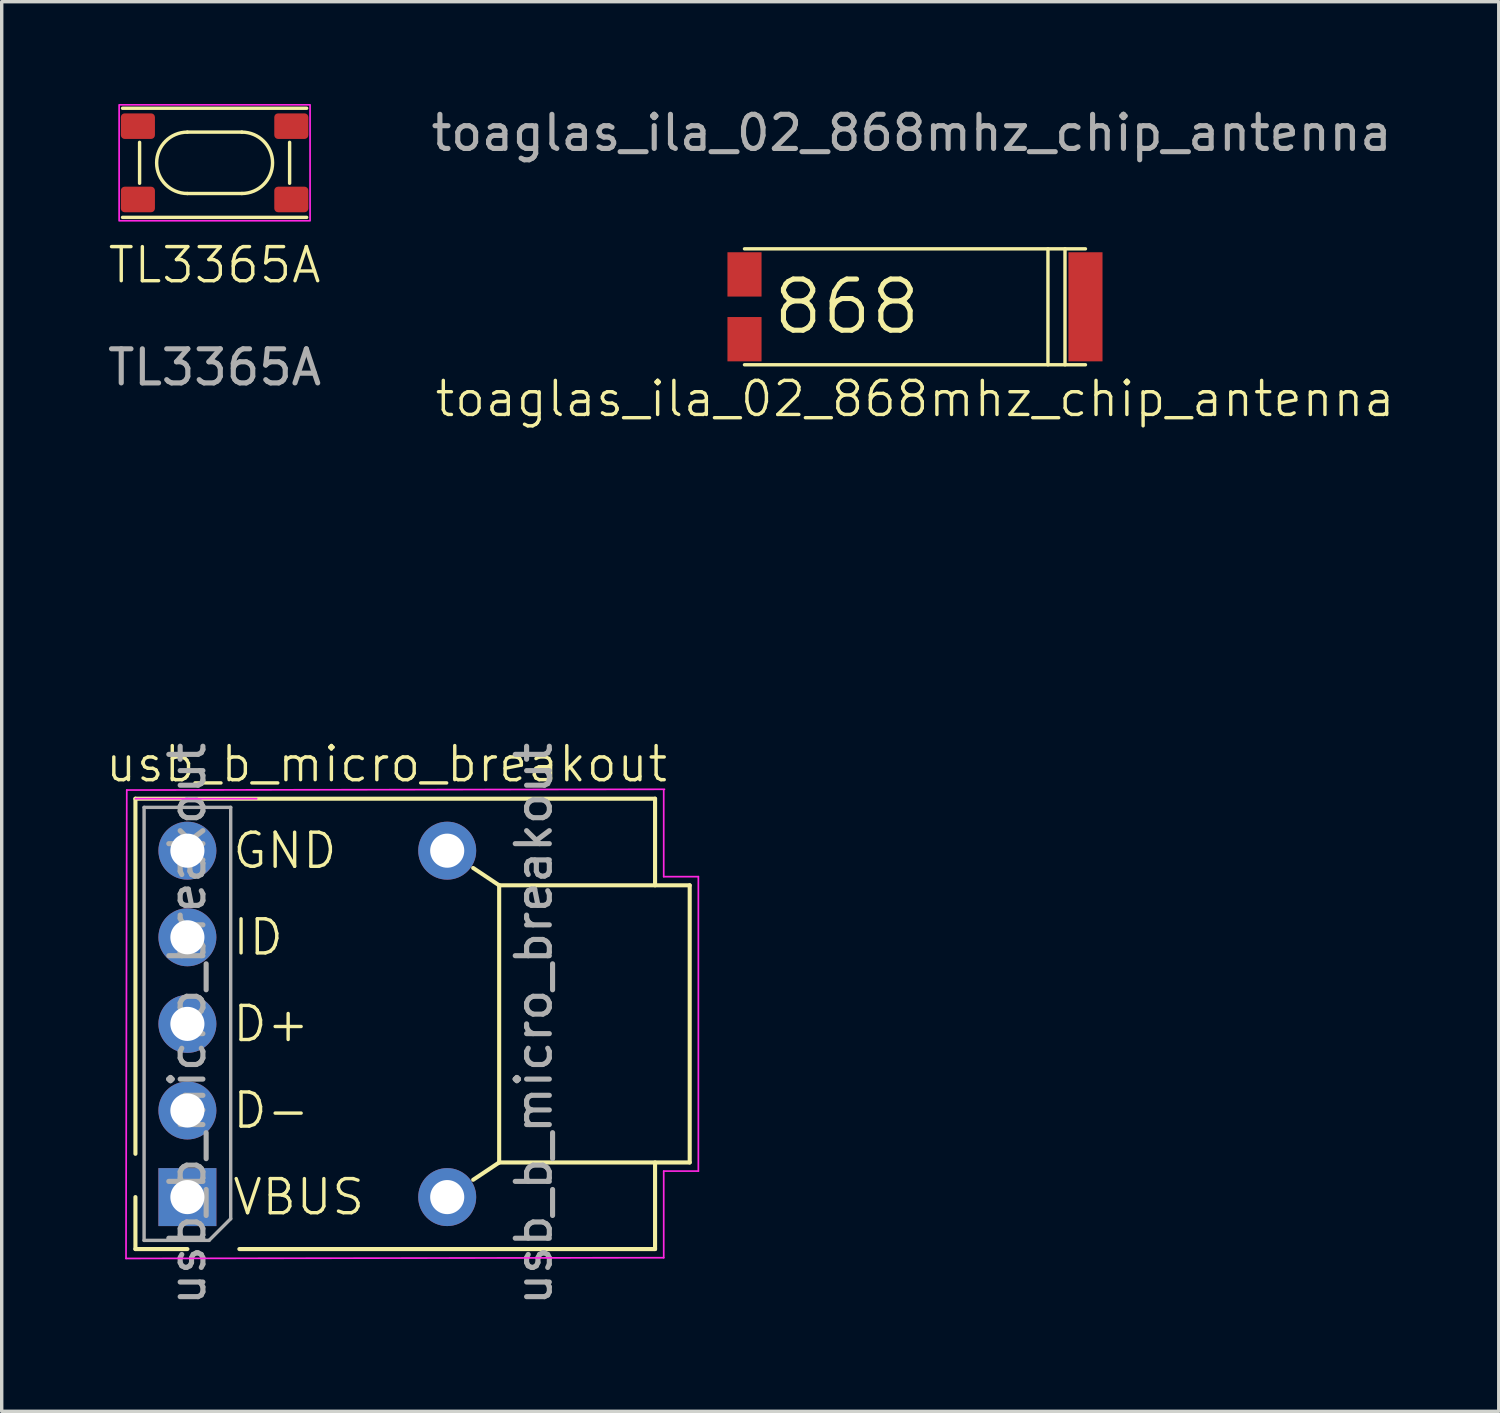
<source format=kicad_pcb>
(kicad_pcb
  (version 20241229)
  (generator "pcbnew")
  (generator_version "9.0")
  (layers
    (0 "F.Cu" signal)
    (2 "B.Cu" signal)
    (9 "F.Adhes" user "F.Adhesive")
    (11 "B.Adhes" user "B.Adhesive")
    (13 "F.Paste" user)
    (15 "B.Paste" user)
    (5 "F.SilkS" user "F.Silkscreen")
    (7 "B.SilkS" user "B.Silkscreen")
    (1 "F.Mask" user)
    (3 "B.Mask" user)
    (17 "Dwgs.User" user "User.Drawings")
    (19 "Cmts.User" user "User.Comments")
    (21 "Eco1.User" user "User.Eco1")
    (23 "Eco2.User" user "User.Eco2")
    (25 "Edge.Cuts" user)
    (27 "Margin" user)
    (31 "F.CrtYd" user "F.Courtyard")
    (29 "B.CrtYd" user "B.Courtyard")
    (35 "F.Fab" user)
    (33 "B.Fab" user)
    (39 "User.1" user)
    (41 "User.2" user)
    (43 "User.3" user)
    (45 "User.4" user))
  (footprint "usb_b_micro_breakout"
    (layer "F.Cu")
    (at 2.446 26.979)
    (property "Reference" "usb_b_micro_breakout" (at 5.842 -7.62 0) (unlocked yes) (layer "F.SilkS") (effects (font (size 1 1) (thickness 0.1))))
    (attr through_hole)
    (fp_line (start -1.524 3.81) (end -1.524 -6.604) (stroke (width 0.12) (type solid)) (layer "F.SilkS"))
    (fp_line (start -1.524 5.08) (end -1.524 6.604) (stroke (width 0.12) (type solid)) (layer "F.SilkS"))
    (fp_line (start -1.524 6.604) (end 0 6.604) (stroke (width 0.12) (type solid)) (layer "F.SilkS"))
    (fp_line (start 8.382 -4.572) (end 9.144 -4.064) (stroke (width 0.12) (type solid)) (layer "F.SilkS"))
    (fp_line (start 9.144 -4.064) (end 14.732 -4.064) (stroke (width 0.12) (type solid)) (layer "F.SilkS"))
    (fp_line (start 9.144 4.064) (end 8.382 4.572) (stroke (width 0.12) (type solid)) (layer "F.SilkS"))
    (fp_line (start 9.144 4.064) (end 9.144 -4.064) (stroke (width 0.12) (type solid)) (layer "F.SilkS"))
    (fp_line (start 9.144 4.064) (end 14.732 4.064) (stroke (width 0.12) (type solid)) (layer "F.SilkS"))
    (fp_line (start 13.716 -6.604) (end -1.524 -6.604) (stroke (width 0.12) (type solid)) (layer "F.SilkS"))
    (fp_line (start 13.716 -4.064) (end 13.716 -6.604) (stroke (width 0.12) (type solid)) (layer "F.SilkS"))
    (fp_line (start 13.716 6.604) (end 1.524 6.604) (stroke (width 0.12) (type solid)) (layer "F.SilkS"))
    (fp_line (start 13.716 6.604) (end 13.716 4.064) (stroke (width 0.12) (type solid)) (layer "F.SilkS"))
    (fp_line (start 14.732 4.064) (end 14.732 -4.064) (stroke (width 0.12) (type solid)) (layer "F.SilkS"))
    (fp_line (start -1.8 6.88) (end 13.97 6.858) (stroke (width 0.05) (type solid)) (layer "F.CrtYd"))
    (fp_line (start -1.778 -6.858) (end -1.8 6.88) (stroke (width 0.05) (type solid)) (layer "F.CrtYd"))
    (fp_line (start -1.778 -6.858) (end 13.992 -6.88) (stroke (width 0.05) (type solid)) (layer "F.CrtYd"))
    (fp_line (start 2.032 -6.604) (end -1.524 -6.604) (stroke (width 0.05) (type solid)) (layer "F.CrtYd"))
    (fp_line (start 13.97 -4.318) (end 13.97 -6.858) (stroke (width 0.05) (type solid)) (layer "F.CrtYd"))
    (fp_line (start 13.97 6.858) (end 13.97 4.318) (stroke (width 0.05) (type solid)) (layer "F.CrtYd"))
    (fp_line (start 14.986 -4.318) (end 13.97 -4.318) (stroke (width 0.05) (type solid)) (layer "F.CrtYd"))
    (fp_line (start 14.986 4.318) (end 13.97 4.318) (stroke (width 0.05) (type solid)) (layer "F.CrtYd"))
    (fp_line (start 14.986 4.318) (end 14.986 -4.318) (stroke (width 0.05) (type solid)) (layer "F.CrtYd"))
    (fp_line (start -1.27 -6.35) (end 1.27 -6.35) (stroke (width 0.1) (type solid)) (layer "F.Fab"))
    (fp_line (start -1.27 6.35) (end -1.27 -6.35) (stroke (width 0.1) (type solid)) (layer "F.Fab"))
    (fp_line (start 0.635 6.35) (end -1.27 6.35) (stroke (width 0.1) (type solid)) (layer "F.Fab"))
    (fp_line (start 1.27 -6.35) (end 1.27 5.715) (stroke (width 0.1) (type solid)) (layer "F.Fab"))
    (fp_line (start 1.27 5.715) (end 0.635 6.35) (stroke (width 0.1) (type solid)) (layer "F.Fab"))
    (fp_text user "D+" (at 1.27 0 0) (unlocked yes) (layer "F.SilkS") (effects (font (size 1 1) (thickness 0.1)) (justify left)))
    (fp_text user "VBUS" (at 1.27 5.08 0) (unlocked yes) (layer "F.SilkS") (effects (font (size 1 1) (thickness 0.1)) (justify left)))
    (fp_text user "GND" (at 1.27 -5.08 0) (unlocked yes) (layer "F.SilkS") (effects (font (size 1 1) (thickness 0.1)) (justify left)))
    (fp_text user "ID" (at 1.27 -2.54 0) (unlocked yes) (layer "F.SilkS") (effects (font (size 1 1) (thickness 0.1)) (justify left)))
    (fp_text user "D-" (at 1.27 2.54 0) (unlocked yes) (layer "F.SilkS") (effects (font (size 1 1) (thickness 0.1)) (justify left)))
    (fp_text user "${REFERENCE}" (at 0 0 270) (layer "F.Fab") (effects (font (size 1 1) (thickness 0.15))))
    (fp_text user "${REFERENCE}" (at 10.16 0 90) (unlocked yes) (layer "F.Fab") (effects (font (size 1 1) (thickness 0.15))))
    (pad "1" thru_hole rect (at 0 5.08 180) (size 1.7 1.7) (drill 1) (layers "*.Cu" "*.Mask"))
    (pad "2" thru_hole oval (at 0 2.54 180) (size 1.7 1.7) (drill 1) (layers "*.Cu" "*.Mask"))
    (pad "3" thru_hole oval (at 0 0 180) (size 1.7 1.7) (drill 1) (layers "*.Cu" "*.Mask"))
    (pad "4" thru_hole oval (at 0 -2.54 180) (size 1.7 1.7) (drill 1) (layers "*.Cu" "*.Mask"))
    (pad "5" thru_hole oval (at 0 -5.08 180) (size 1.7 1.7) (drill 1) (layers "*.Cu" "*.Mask"))
    (pad "6" thru_hole oval (at 7.62 -5.08 180) (size 1.7 1.7) (drill 1) (layers "*.Cu" "*.Mask"))
    (pad "6" thru_hole oval (at 7.62 5.08 180) (size 1.7 1.7) (drill 1) (layers "*.Cu" "*.Mask")))
  (footprint "TL3365A"
    (layer "F.Cu")
    (at 3.244 1.725)
    (property "Reference" "TL3365A" (at 0 3 0) (unlocked yes) (layer "F.SilkS") (effects (font (size 1 1) (thickness 0.1))))
    (attr smd)
    (fp_line (start -2.7 -1.6) (end 2.7 -1.6) (stroke (width 0.1) (type default)) (layer "F.SilkS"))
    (fp_line (start -2.7 1.6) (end 2.7 1.6) (stroke (width 0.1) (type default)) (layer "F.SilkS"))
    (fp_line (start -2.2 -0.6) (end -2.2 0.6) (stroke (width 0.1) (type default)) (layer "F.SilkS"))
    (fp_line (start -0.8 -0.9) (end 0.8 -0.9) (stroke (width 0.1) (type default)) (layer "F.SilkS"))
    (fp_line (start -0.8 0.9) (end 0.8 0.9) (stroke (width 0.1) (type default)) (layer "F.SilkS"))
    (fp_line (start 2.2 -0.6) (end 2.2 0.6) (stroke (width 0.1) (type default)) (layer "F.SilkS"))
    (fp_arc (start -0.8 0.9) (mid -1.7 0) (end -0.8 -0.9) (stroke (width 0.1) (type default)) (layer "F.SilkS"))
    (fp_arc (start 0.8 -0.9) (mid 1.7 0) (end 0.8 0.9) (stroke (width 0.1) (type default)) (layer "F.SilkS"))
    (fp_rect (start -2.8 -1.7) (end 2.8 1.7) (stroke (width 0.05) (type default)) (fill no) (layer "F.CrtYd"))
    (fp_text user "${REFERENCE}" (at 0 6 0) (unlocked yes) (layer "F.Fab") (effects (font (size 1 1) (thickness 0.15))))
    (pad "1" smd roundrect (at -2.25 1.075) (size 1 0.75) (layers "F.Cu" "F.Mask" "F.Paste") (roundrect_rratio 0.15))
    (pad "2" smd roundrect (at 2.25 1.075) (size 1 0.75) (layers "F.Cu" "F.Mask" "F.Paste") (roundrect_rratio 0.15))
    (pad "3" smd roundrect (at -2.25 -1.075) (size 1 0.75) (layers "F.Cu" "F.Mask" "F.Paste") (roundrect_rratio 0.15))
    (pad "4" smd roundrect (at 2.25 -1.075) (size 1 0.75) (layers "F.Cu" "F.Mask" "F.Paste") (roundrect_rratio 0.15)))
  (footprint "toaglas_ila_02_868mhz_chip_antenna"
    (layer "F.Cu")
    (at 23.785 5.948)
    (property "Reference" "toaglas_ila_02_868mhz_chip_antenna" (at 0 2.7 0) (unlocked yes) (layer "F.SilkS") (effects (font (size 1 1) (thickness 0.1))))
    (attr smd)
    (fp_line (start -5 -1.7) (end 5 -1.7) (stroke (width 0.1) (type default)) (layer "F.SilkS"))
    (fp_line (start -5 1.7) (end 5 1.7) (stroke (width 0.1) (type default)) (layer "F.SilkS"))
    (fp_line (start 3.9 1.7) (end 3.9 -1.7) (stroke (width 0.1) (type default)) (layer "F.SilkS"))
    (fp_line (start 4.4 -1.7) (end 4.4 1.7) (stroke (width 0.1) (type default)) (layer "F.SilkS"))
    (fp_line (start -5.5 -1.9) (end 8.5 -1.9) (stroke (width 0.05) (type default)) (layer "User.1"))
    (fp_line (start -5.5 -1.6) (end -6 -1.6) (stroke (width 0.03) (type default)) (layer "User.1"))
    (fp_line (start 2.9 -2.5) (end 3.3 -2.1) (stroke (width 0.1) (type default)) (layer "User.1"))
    (fp_line (start 3.3 -2.1) (end 3 -2.1) (stroke (width 0.1) (type default)) (layer "User.1"))
    (fp_line (start 3.3 -2.1) (end 3.3 -2.4) (stroke (width 0.1) (type default)) (layer "User.1"))
    (fp_poly (pts (xy 7.3 -1.9) (xy 7.3 8.4) (xy -5.5 8.4) (xy -5.5 2) (xy -6.7 2) (xy -6.7 9.6) (xy 8.5 9.6) (xy 8.5 -1.9)) (stroke (width 0.1) (type dash_dot_dot)) (fill no) (layer "User.1"))
    (fp_line (start -5.7 -1.6) (end -5.8 -1.5) (stroke (width 0.03) (type default)) (layer "User.2"))
    (fp_line (start -5.7 -1.6) (end -5.7 -0.6) (stroke (width 0.03) (type default)) (layer "User.2"))
    (fp_line (start -5.6 -1.5) (end -5.7 -1.6) (stroke (width 0.03) (type default)) (layer "User.2"))
    (fp_line (start -4.7 5.7) (end -4.2 5.3) (stroke (width 0.1) (type default)) (layer "User.2"))
    (fp_line (start -4.7 5.7) (end -4.2 6.1) (stroke (width 0.1) (type default)) (layer "User.2"))
    (fp_line (start -4.7 5.7) (end -3.9 5.7) (stroke (width 0.1) (type default)) (layer "User.2"))
    (fp_line (start -4.7 7.3) (end -4.7 7.8) (stroke (width 0.1) (type default)) (layer "User.2"))
    (fp_line (start -4.7 7.8) (end -4.7 7.3) (stroke (width 0.1) (type default)) (layer "User.2"))
    (fp_line (start -4.5 -1.6) (end -4.5 1.6) (stroke (width 0.1) (type default)) (layer "User.2"))
    (fp_line (start -4.2 7.8) (end -4.7 7.8) (stroke (width 0.1) (type default)) (layer "User.2"))
    (fp_line (start -3.3 6.7) (end -4.7 7.8) (stroke (width 0.1) (type default)) (layer "User.2"))
    (fp_line (start 0.8 6.9) (end 0.8 7.8) (stroke (width 0.1) (type default)) (layer "User.2"))
    (fp_line (start 0.8 7.8) (end 0.5 7.5) (stroke (width 0.1) (type default)) (layer "User.2"))
    (fp_line (start 0.8 7.8) (end 1.1 7.5) (stroke (width 0.1) (type default)) (layer "User.2"))
    (fp_line (start 4 6.7) (end 5 7.75) (stroke (width 0.1) (type default)) (layer "User.2"))
    (fp_line (start 4.5 -1.6) (end 4.5 1.6) (stroke (width 0.1) (type default)) (layer "User.2"))
    (fp_line (start 5 7.75) (end 4.5 7.75) (stroke (width 0.1) (type default)) (layer "User.2"))
    (fp_line (start 5 7.75) (end 5 7.25) (stroke (width 0.1) (type default)) (layer "User.2"))
    (fp_line (start 6.2 1.7) (end 6.6 0.6) (stroke (width 0.1) (type default)) (layer "User.2"))
    (fp_line (start 6.55 -0.25) (end 5 -0.25) (stroke (width 0.1) (type dot)) (layer "User.2"))
    (fp_line (start 6.55 0.25) (end 5 0.25) (stroke (width 0.1) (type dot)) (layer "User.2"))
    (fp_line (start 6.6 0.6) (end 6.3 0.8) (stroke (width 0.1) (type default)) (layer "User.2"))
    (fp_line (start 6.6 0.6) (end 6.7 1) (stroke (width 0.1) (type default)) (layer "User.2"))
    (fp_rect (start -5 -1.6) (end 5 1.6) (stroke (width 0.1) (type default)) (fill no) (layer "User.2"))
    (fp_rect (start 6.55 -0.25) (end 7.55 0.25) (stroke (width 0.1) (type default)) (fill no) (layer "User.2"))
    (fp_text user "868" (at -2 0 0) (unlocked yes) (layer "F.SilkS") (effects (font (size 1.5 1.5) (thickness 0.15))))
    (fp_text user "${REFERENCE}" (at -0.1 -5.1 0) (unlocked yes) (layer "F.Fab") (effects (font (size 1 1) (thickness 0.15))))
    (fp_text user "PCB Edge" (at 0.5 -2.6 0) (unlocked yes) (layer "User.1") (effects (font (size 0.6 0.6) (thickness 0.15))))
    (fp_text user "VIA FENCE" (at 0.8 6.3 0) (unlocked yes) (layer "User.2") (effects (font (size 0.6 0.6) (thickness 0.1))))
    (fp_text user "KEEPOUT" (at 0.8 4.15 0) (unlocked yes) (layer "User.2") (effects (font (size 0.6 0.6) (thickness 0.1))))
    (fp_text user "GND EDGE" (at -5.8 -0.6 90) (unlocked yes) (layer "User.2") (effects (font (size 0.1 0.1) (thickness 0.025)) (justify left bottom)))
    (fp_text user "POOR GND AROUND" (at 0.9 5.4 0) (unlocked yes) (layer "User.2") (effects (font (size 0.6 0.6) (thickness 0.1))))
    (fp_text user "OPT. TUNING" (at 6.3 4.7 90) (unlocked yes) (layer "User.2") (effects (font (size 0.6 0.6) (thickness 0.1))))
    (pad "1" smd rect (at -5 0.95) (size 1 1.3) (layers "F.Cu" "F.Mask" "F.Paste"))
    (pad "2" smd rect (at -5 -0.95) (size 1 1.3) (layers "F.Cu" "F.Mask" "F.Paste"))
    (pad "3" smd rect (at 5 0) (size 1 3.2) (layers "F.Cu" "F.Mask" "F.Paste"))
    (zone (net_name "") (layers "F.Cu" "B.Cu" "User.4") (name "Antenna Keepout") (hatch edge 0.5) (connect_pads) (min_thickness 0.25) (filled_areas_thickness no) (keepout (tracks allowed) (vias not_allowed) (pads allowed) (copperpour not_allowed) (footprints allowed)) (placement (enabled no)) (fill) (polygon (pts (xy 18.285 4.048) (xy 31.085 4.048) (xy 31.085 14.348) (xy 18.285 14.348)))))
  (gr_rect
    (start -3 -3)
    (end 40.906 38.342)
    (stroke (width 0.1) (type default))
    (fill no)
    (layer "Edge.Cuts")))
</source>
